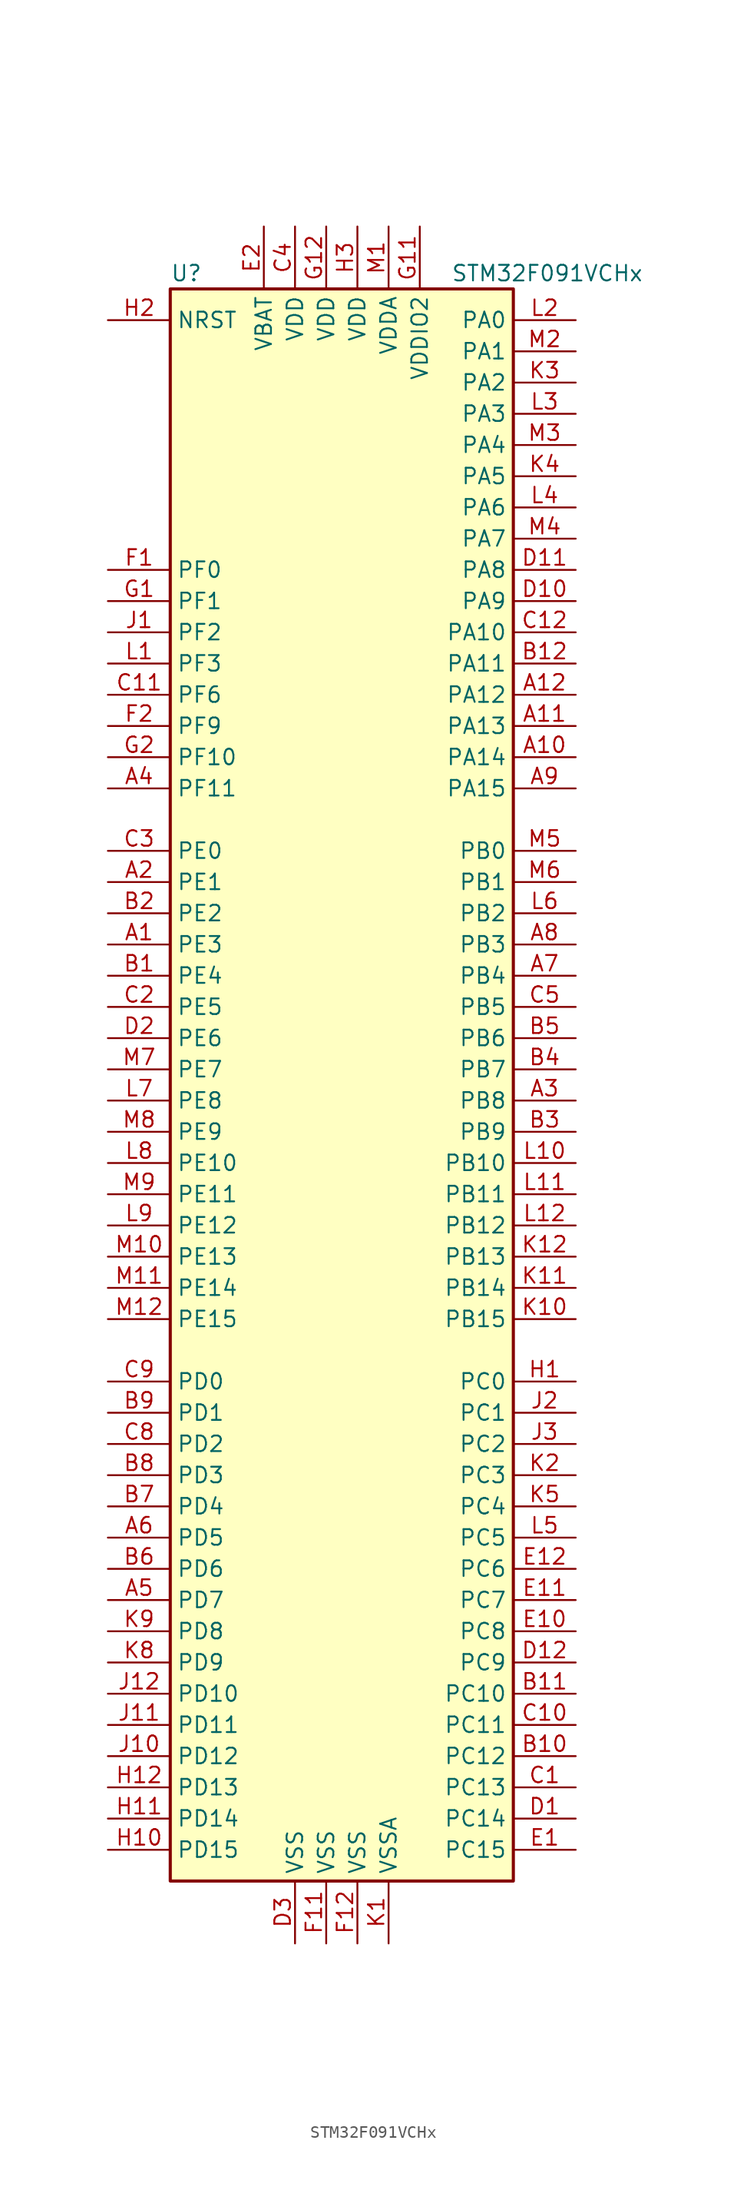
<source format=kicad_sym>
(kicad_symbol_lib
  (version 20200908)
  (generator kicad_symbol_editor)
  (symbol "MCU_ST_STM32F0:STM32F091VCHx"
    (property "Reference" "U"
      (at -15.24 64.77 0)
      (effects (font (size 1.27 1.27)) (justify left)))
    (property "Value" "STM32F091VCHx"
      (at 7.62 64.77 0)
      (effects (font (size 1.27 1.27)) (justify left)))
    (symbol "STM32F091VCHx_0_1"
      (rectangle (start -15.24 -66.04) (end 12.7 63.5) (stroke (width 0.254)) (fill (type background))))
    (symbol "STM32F091VCHx_1_1"
      (pin bidirectional line (at -20.32 10.16 0) (length 5.08) (name "PE3" (effects (font (size 1.27 1.27)))) (number "A1" (effects (font (size 1.27 1.27)))))
      (pin bidirectional line (at 17.78 25.4 180) (length 5.08) (name "PA14" (effects (font (size 1.27 1.27)))) (number "A10" (effects (font (size 1.27 1.27)))))
      (pin bidirectional line (at 17.78 27.94 180) (length 5.08) (name "PA13" (effects (font (size 1.27 1.27)))) (number "A11" (effects (font (size 1.27 1.27)))))
      (pin bidirectional line (at 17.78 30.48 180) (length 5.08) (name "PA12" (effects (font (size 1.27 1.27)))) (number "A12" (effects (font (size 1.27 1.27)))))
      (pin bidirectional line (at -20.32 15.24 0) (length 5.08) (name "PE1" (effects (font (size 1.27 1.27)))) (number "A2" (effects (font (size 1.27 1.27)))))
      (pin bidirectional line (at 17.78 -2.54 180) (length 5.08) (name "PB8" (effects (font (size 1.27 1.27)))) (number "A3" (effects (font (size 1.27 1.27)))))
      (pin bidirectional line (at -20.32 22.86 0) (length 5.08) (name "PF11" (effects (font (size 1.27 1.27)))) (number "A4" (effects (font (size 1.27 1.27)))))
      (pin bidirectional line (at -20.32 -43.18 0) (length 5.08) (name "PD7" (effects (font (size 1.27 1.27)))) (number "A5" (effects (font (size 1.27 1.27)))))
      (pin bidirectional line (at -20.32 -38.1 0) (length 5.08) (name "PD5" (effects (font (size 1.27 1.27)))) (number "A6" (effects (font (size 1.27 1.27)))))
      (pin bidirectional line (at 17.78 7.62 180) (length 5.08) (name "PB4" (effects (font (size 1.27 1.27)))) (number "A7" (effects (font (size 1.27 1.27)))))
      (pin bidirectional line (at 17.78 10.16 180) (length 5.08) (name "PB3" (effects (font (size 1.27 1.27)))) (number "A8" (effects (font (size 1.27 1.27)))))
      (pin bidirectional line (at 17.78 22.86 180) (length 5.08) (name "PA15" (effects (font (size 1.27 1.27)))) (number "A9" (effects (font (size 1.27 1.27)))))
      (pin bidirectional line (at -20.32 7.62 0) (length 5.08) (name "PE4" (effects (font (size 1.27 1.27)))) (number "B1" (effects (font (size 1.27 1.27)))))
      (pin bidirectional line (at 17.78 -55.88 180) (length 5.08) (name "PC12" (effects (font (size 1.27 1.27)))) (number "B10" (effects (font (size 1.27 1.27)))))
      (pin bidirectional line (at 17.78 -50.8 180) (length 5.08) (name "PC10" (effects (font (size 1.27 1.27)))) (number "B11" (effects (font (size 1.27 1.27)))))
      (pin bidirectional line (at 17.78 33.02 180) (length 5.08) (name "PA11" (effects (font (size 1.27 1.27)))) (number "B12" (effects (font (size 1.27 1.27)))))
      (pin bidirectional line (at -20.32 12.7 0) (length 5.08) (name "PE2" (effects (font (size 1.27 1.27)))) (number "B2" (effects (font (size 1.27 1.27)))))
      (pin bidirectional line (at 17.78 -5.08 180) (length 5.08) (name "PB9" (effects (font (size 1.27 1.27)))) (number "B3" (effects (font (size 1.27 1.27)))))
      (pin bidirectional line (at 17.78 0 180) (length 5.08) (name "PB7" (effects (font (size 1.27 1.27)))) (number "B4" (effects (font (size 1.27 1.27)))))
      (pin bidirectional line (at 17.78 2.54 180) (length 5.08) (name "PB6" (effects (font (size 1.27 1.27)))) (number "B5" (effects (font (size 1.27 1.27)))))
      (pin bidirectional line (at -20.32 -40.64 0) (length 5.08) (name "PD6" (effects (font (size 1.27 1.27)))) (number "B6" (effects (font (size 1.27 1.27)))))
      (pin bidirectional line (at -20.32 -35.56 0) (length 5.08) (name "PD4" (effects (font (size 1.27 1.27)))) (number "B7" (effects (font (size 1.27 1.27)))))
      (pin bidirectional line (at -20.32 -33.02 0) (length 5.08) (name "PD3" (effects (font (size 1.27 1.27)))) (number "B8" (effects (font (size 1.27 1.27)))))
      (pin bidirectional line (at -20.32 -27.94 0) (length 5.08) (name "PD1" (effects (font (size 1.27 1.27)))) (number "B9" (effects (font (size 1.27 1.27)))))
      (pin bidirectional line (at 17.78 -58.42 180) (length 5.08) (name "PC13" (effects (font (size 1.27 1.27)))) (number "C1" (effects (font (size 1.27 1.27)))))
      (pin bidirectional line (at 17.78 -53.34 180) (length 5.08) (name "PC11" (effects (font (size 1.27 1.27)))) (number "C10" (effects (font (size 1.27 1.27)))))
      (pin bidirectional line (at -20.32 30.48 0) (length 5.08) (name "PF6" (effects (font (size 1.27 1.27)))) (number "C11" (effects (font (size 1.27 1.27)))))
      (pin bidirectional line (at 17.78 35.56 180) (length 5.08) (name "PA10" (effects (font (size 1.27 1.27)))) (number "C12" (effects (font (size 1.27 1.27)))))
      (pin bidirectional line (at -20.32 5.08 0) (length 5.08) (name "PE5" (effects (font (size 1.27 1.27)))) (number "C2" (effects (font (size 1.27 1.27)))))
      (pin bidirectional line (at -20.32 17.78 0) (length 5.08) (name "PE0" (effects (font (size 1.27 1.27)))) (number "C3" (effects (font (size 1.27 1.27)))))
      (pin power_in line (at -5.08 68.58 270) (length 5.08) (name "VDD" (effects (font (size 1.27 1.27)))) (number "C4" (effects (font (size 1.27 1.27)))))
      (pin bidirectional line (at 17.78 5.08 180) (length 5.08) (name "PB5" (effects (font (size 1.27 1.27)))) (number "C5" (effects (font (size 1.27 1.27)))))
      (pin bidirectional line (at -20.32 -30.48 0) (length 5.08) (name "PD2" (effects (font (size 1.27 1.27)))) (number "C8" (effects (font (size 1.27 1.27)))))
      (pin bidirectional line (at -20.32 -25.4 0) (length 5.08) (name "PD0" (effects (font (size 1.27 1.27)))) (number "C9" (effects (font (size 1.27 1.27)))))
      (pin bidirectional line (at 17.78 -60.96 180) (length 5.08) (name "PC14" (effects (font (size 1.27 1.27)))) (number "D1" (effects (font (size 1.27 1.27)))))
      (pin bidirectional line (at 17.78 38.1 180) (length 5.08) (name "PA9" (effects (font (size 1.27 1.27)))) (number "D10" (effects (font (size 1.27 1.27)))))
      (pin bidirectional line (at 17.78 40.64 180) (length 5.08) (name "PA8" (effects (font (size 1.27 1.27)))) (number "D11" (effects (font (size 1.27 1.27)))))
      (pin bidirectional line (at 17.78 -48.26 180) (length 5.08) (name "PC9" (effects (font (size 1.27 1.27)))) (number "D12" (effects (font (size 1.27 1.27)))))
      (pin bidirectional line (at -20.32 2.54 0) (length 5.08) (name "PE6" (effects (font (size 1.27 1.27)))) (number "D2" (effects (font (size 1.27 1.27)))))
      (pin power_in line (at -5.08 -71.12 90) (length 5.08) (name "VSS" (effects (font (size 1.27 1.27)))) (number "D3" (effects (font (size 1.27 1.27)))))
      (pin bidirectional line (at 17.78 -63.5 180) (length 5.08) (name "PC15" (effects (font (size 1.27 1.27)))) (number "E1" (effects (font (size 1.27 1.27)))))
      (pin bidirectional line (at 17.78 -45.72 180) (length 5.08) (name "PC8" (effects (font (size 1.27 1.27)))) (number "E10" (effects (font (size 1.27 1.27)))))
      (pin bidirectional line (at 17.78 -43.18 180) (length 5.08) (name "PC7" (effects (font (size 1.27 1.27)))) (number "E11" (effects (font (size 1.27 1.27)))))
      (pin bidirectional line (at 17.78 -40.64 180) (length 5.08) (name "PC6" (effects (font (size 1.27 1.27)))) (number "E12" (effects (font (size 1.27 1.27)))))
      (pin power_in line (at -7.62 68.58 270) (length 5.08) (name "VBAT" (effects (font (size 1.27 1.27)))) (number "E2" (effects (font (size 1.27 1.27)))))
      (pin unconnected line (at -15.24 -63.5 0) (length 5.08) hide (name "NC" (effects (font (size 1.27 1.27)))) (number "E3" (effects (font (size 1.27 1.27)))))
      (pin input line (at -20.32 40.64 0) (length 5.08) (name "PF0" (effects (font (size 1.27 1.27)))) (number "F1" (effects (font (size 1.27 1.27)))))
      (pin power_in line (at -2.54 -71.12 90) (length 5.08) (name "VSS" (effects (font (size 1.27 1.27)))) (number "F11" (effects (font (size 1.27 1.27)))))
      (pin power_in line (at 0 -71.12 90) (length 5.08) (name "VSS" (effects (font (size 1.27 1.27)))) (number "F12" (effects (font (size 1.27 1.27)))))
      (pin bidirectional line (at -20.32 27.94 0) (length 5.08) (name "PF9" (effects (font (size 1.27 1.27)))) (number "F2" (effects (font (size 1.27 1.27)))))
      (pin input line (at -20.32 38.1 0) (length 5.08) (name "PF1" (effects (font (size 1.27 1.27)))) (number "G1" (effects (font (size 1.27 1.27)))))
      (pin power_in line (at 5.08 68.58 270) (length 5.08) (name "VDDIO2" (effects (font (size 1.27 1.27)))) (number "G11" (effects (font (size 1.27 1.27)))))
      (pin power_in line (at -2.54 68.58 270) (length 5.08) (name "VDD" (effects (font (size 1.27 1.27)))) (number "G12" (effects (font (size 1.27 1.27)))))
      (pin bidirectional line (at -20.32 25.4 0) (length 5.08) (name "PF10" (effects (font (size 1.27 1.27)))) (number "G2" (effects (font (size 1.27 1.27)))))
      (pin bidirectional line (at 17.78 -25.4 180) (length 5.08) (name "PC0" (effects (font (size 1.27 1.27)))) (number "H1" (effects (font (size 1.27 1.27)))))
      (pin bidirectional line (at -20.32 -63.5 0) (length 5.08) (name "PD15" (effects (font (size 1.27 1.27)))) (number "H10" (effects (font (size 1.27 1.27)))))
      (pin bidirectional line (at -20.32 -60.96 0) (length 5.08) (name "PD14" (effects (font (size 1.27 1.27)))) (number "H11" (effects (font (size 1.27 1.27)))))
      (pin bidirectional line (at -20.32 -58.42 0) (length 5.08) (name "PD13" (effects (font (size 1.27 1.27)))) (number "H12" (effects (font (size 1.27 1.27)))))
      (pin input line (at -20.32 60.96 0) (length 5.08) (name "NRST" (effects (font (size 1.27 1.27)))) (number "H2" (effects (font (size 1.27 1.27)))))
      (pin power_in line (at 0 68.58 270) (length 5.08) (name "VDD" (effects (font (size 1.27 1.27)))) (number "H3" (effects (font (size 1.27 1.27)))))
      (pin bidirectional line (at -20.32 35.56 0) (length 5.08) (name "PF2" (effects (font (size 1.27 1.27)))) (number "J1" (effects (font (size 1.27 1.27)))))
      (pin bidirectional line (at -20.32 -55.88 0) (length 5.08) (name "PD12" (effects (font (size 1.27 1.27)))) (number "J10" (effects (font (size 1.27 1.27)))))
      (pin bidirectional line (at -20.32 -53.34 0) (length 5.08) (name "PD11" (effects (font (size 1.27 1.27)))) (number "J11" (effects (font (size 1.27 1.27)))))
      (pin bidirectional line (at -20.32 -50.8 0) (length 5.08) (name "PD10" (effects (font (size 1.27 1.27)))) (number "J12" (effects (font (size 1.27 1.27)))))
      (pin bidirectional line (at 17.78 -27.94 180) (length 5.08) (name "PC1" (effects (font (size 1.27 1.27)))) (number "J2" (effects (font (size 1.27 1.27)))))
      (pin bidirectional line (at 17.78 -30.48 180) (length 5.08) (name "PC2" (effects (font (size 1.27 1.27)))) (number "J3" (effects (font (size 1.27 1.27)))))
      (pin power_in line (at 2.54 -71.12 90) (length 5.08) (name "VSSA" (effects (font (size 1.27 1.27)))) (number "K1" (effects (font (size 1.27 1.27)))))
      (pin bidirectional line (at 17.78 -20.32 180) (length 5.08) (name "PB15" (effects (font (size 1.27 1.27)))) (number "K10" (effects (font (size 1.27 1.27)))))
      (pin bidirectional line (at 17.78 -17.78 180) (length 5.08) (name "PB14" (effects (font (size 1.27 1.27)))) (number "K11" (effects (font (size 1.27 1.27)))))
      (pin bidirectional line (at 17.78 -15.24 180) (length 5.08) (name "PB13" (effects (font (size 1.27 1.27)))) (number "K12" (effects (font (size 1.27 1.27)))))
      (pin bidirectional line (at 17.78 -33.02 180) (length 5.08) (name "PC3" (effects (font (size 1.27 1.27)))) (number "K2" (effects (font (size 1.27 1.27)))))
      (pin bidirectional line (at 17.78 55.88 180) (length 5.08) (name "PA2" (effects (font (size 1.27 1.27)))) (number "K3" (effects (font (size 1.27 1.27)))))
      (pin bidirectional line (at 17.78 48.26 180) (length 5.08) (name "PA5" (effects (font (size 1.27 1.27)))) (number "K4" (effects (font (size 1.27 1.27)))))
      (pin bidirectional line (at 17.78 -35.56 180) (length 5.08) (name "PC4" (effects (font (size 1.27 1.27)))) (number "K5" (effects (font (size 1.27 1.27)))))
      (pin bidirectional line (at -20.32 -48.26 0) (length 5.08) (name "PD9" (effects (font (size 1.27 1.27)))) (number "K8" (effects (font (size 1.27 1.27)))))
      (pin bidirectional line (at -20.32 -45.72 0) (length 5.08) (name "PD8" (effects (font (size 1.27 1.27)))) (number "K9" (effects (font (size 1.27 1.27)))))
      (pin bidirectional line (at -20.32 33.02 0) (length 5.08) (name "PF3" (effects (font (size 1.27 1.27)))) (number "L1" (effects (font (size 1.27 1.27)))))
      (pin bidirectional line (at 17.78 -7.62 180) (length 5.08) (name "PB10" (effects (font (size 1.27 1.27)))) (number "L10" (effects (font (size 1.27 1.27)))))
      (pin bidirectional line (at 17.78 -10.16 180) (length 5.08) (name "PB11" (effects (font (size 1.27 1.27)))) (number "L11" (effects (font (size 1.27 1.27)))))
      (pin bidirectional line (at 17.78 -12.7 180) (length 5.08) (name "PB12" (effects (font (size 1.27 1.27)))) (number "L12" (effects (font (size 1.27 1.27)))))
      (pin bidirectional line (at 17.78 60.96 180) (length 5.08) (name "PA0" (effects (font (size 1.27 1.27)))) (number "L2" (effects (font (size 1.27 1.27)))))
      (pin bidirectional line (at 17.78 53.34 180) (length 5.08) (name "PA3" (effects (font (size 1.27 1.27)))) (number "L3" (effects (font (size 1.27 1.27)))))
      (pin bidirectional line (at 17.78 45.72 180) (length 5.08) (name "PA6" (effects (font (size 1.27 1.27)))) (number "L4" (effects (font (size 1.27 1.27)))))
      (pin bidirectional line (at 17.78 -38.1 180) (length 5.08) (name "PC5" (effects (font (size 1.27 1.27)))) (number "L5" (effects (font (size 1.27 1.27)))))
      (pin bidirectional line (at 17.78 12.7 180) (length 5.08) (name "PB2" (effects (font (size 1.27 1.27)))) (number "L6" (effects (font (size 1.27 1.27)))))
      (pin bidirectional line (at -20.32 -2.54 0) (length 5.08) (name "PE8" (effects (font (size 1.27 1.27)))) (number "L7" (effects (font (size 1.27 1.27)))))
      (pin bidirectional line (at -20.32 -7.62 0) (length 5.08) (name "PE10" (effects (font (size 1.27 1.27)))) (number "L8" (effects (font (size 1.27 1.27)))))
      (pin bidirectional line (at -20.32 -12.7 0) (length 5.08) (name "PE12" (effects (font (size 1.27 1.27)))) (number "L9" (effects (font (size 1.27 1.27)))))
      (pin power_in line (at 2.54 68.58 270) (length 5.08) (name "VDDA" (effects (font (size 1.27 1.27)))) (number "M1" (effects (font (size 1.27 1.27)))))
      (pin bidirectional line (at -20.32 -15.24 0) (length 5.08) (name "PE13" (effects (font (size 1.27 1.27)))) (number "M10" (effects (font (size 1.27 1.27)))))
      (pin bidirectional line (at -20.32 -17.78 0) (length 5.08) (name "PE14" (effects (font (size 1.27 1.27)))) (number "M11" (effects (font (size 1.27 1.27)))))
      (pin bidirectional line (at -20.32 -20.32 0) (length 5.08) (name "PE15" (effects (font (size 1.27 1.27)))) (number "M12" (effects (font (size 1.27 1.27)))))
      (pin bidirectional line (at 17.78 58.42 180) (length 5.08) (name "PA1" (effects (font (size 1.27 1.27)))) (number "M2" (effects (font (size 1.27 1.27)))))
      (pin bidirectional line (at 17.78 50.8 180) (length 5.08) (name "PA4" (effects (font (size 1.27 1.27)))) (number "M3" (effects (font (size 1.27 1.27)))))
      (pin bidirectional line (at 17.78 43.18 180) (length 5.08) (name "PA7" (effects (font (size 1.27 1.27)))) (number "M4" (effects (font (size 1.27 1.27)))))
      (pin bidirectional line (at 17.78 17.78 180) (length 5.08) (name "PB0" (effects (font (size 1.27 1.27)))) (number "M5" (effects (font (size 1.27 1.27)))))
      (pin bidirectional line (at 17.78 15.24 180) (length 5.08) (name "PB1" (effects (font (size 1.27 1.27)))) (number "M6" (effects (font (size 1.27 1.27)))))
      (pin bidirectional line (at -20.32 0 0) (length 5.08) (name "PE7" (effects (font (size 1.27 1.27)))) (number "M7" (effects (font (size 1.27 1.27)))))
      (pin bidirectional line (at -20.32 -5.08 0) (length 5.08) (name "PE9" (effects (font (size 1.27 1.27)))) (number "M8" (effects (font (size 1.27 1.27)))))
      (pin bidirectional line (at -20.32 -10.16 0) (length 5.08) (name "PE11" (effects (font (size 1.27 1.27)))) (number "M9" (effects (font (size 1.27 1.27))))))))
</source>
